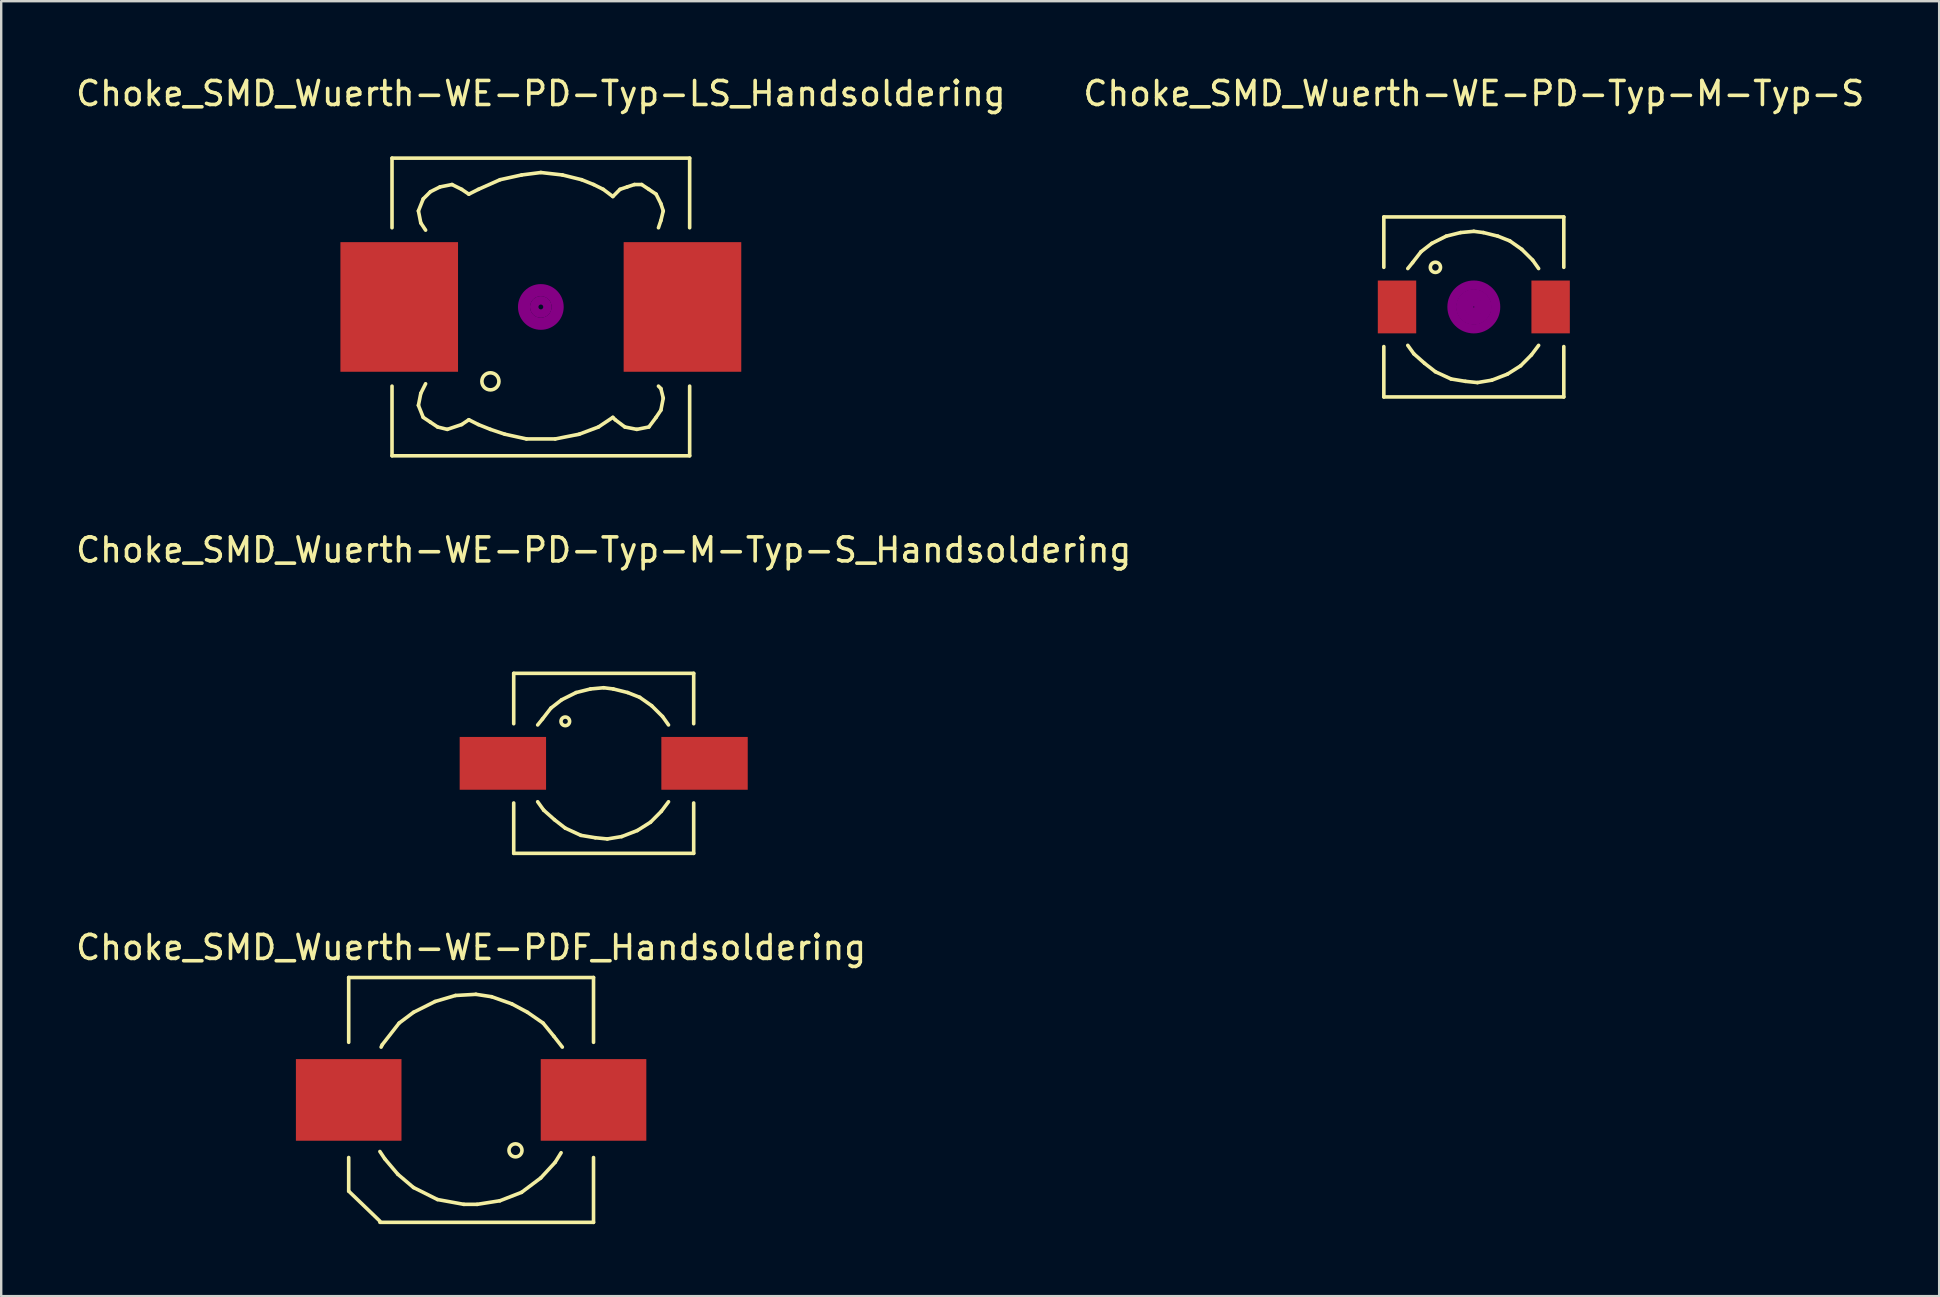
<source format=kicad_pcb>
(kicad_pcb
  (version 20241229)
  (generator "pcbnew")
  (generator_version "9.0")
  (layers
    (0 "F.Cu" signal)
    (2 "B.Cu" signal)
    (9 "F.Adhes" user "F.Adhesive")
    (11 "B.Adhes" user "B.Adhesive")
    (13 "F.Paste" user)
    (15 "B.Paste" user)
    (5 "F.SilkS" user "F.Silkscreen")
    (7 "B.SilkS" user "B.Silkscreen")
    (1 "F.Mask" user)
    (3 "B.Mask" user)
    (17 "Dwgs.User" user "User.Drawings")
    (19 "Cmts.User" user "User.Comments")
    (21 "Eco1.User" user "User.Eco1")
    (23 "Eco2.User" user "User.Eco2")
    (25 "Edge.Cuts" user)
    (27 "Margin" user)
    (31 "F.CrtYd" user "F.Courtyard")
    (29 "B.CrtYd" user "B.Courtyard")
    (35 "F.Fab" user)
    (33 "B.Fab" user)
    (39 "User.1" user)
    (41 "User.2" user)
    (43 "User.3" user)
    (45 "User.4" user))
  (footprint "Choke_SMD_Wuerth-WE-PD-Typ-M-Typ-S_Handsoldering"
    (layer "F.Cu")
    (at 22.101 28.752)
    (property "Reference" "Choke_SMD_Wuerth-WE-PD-Typ-M-Typ-S_Handsoldering" (at 0 -8.89 0) (layer "F.SilkS") (effects (font (size 1 1) (thickness 0.15))))
    (attr smd)
    (fp_line (start -3.749 -3.749) (end -3.749 -1.651) (stroke (width 0.15) (type solid)) (layer "F.SilkS"))
    (fp_line (start -3.749 1.651) (end -3.749 3.749) (stroke (width 0.15) (type solid)) (layer "F.SilkS"))
    (fp_line (start -3.749 3.749) (end 3.749 3.749) (stroke (width 0.15) (type solid)) (layer "F.SilkS"))
    (fp_line (start -2.751 1.6) (end -2.499 1.951) (stroke (width 0.15) (type solid)) (layer "F.SilkS"))
    (fp_line (start -2.55 -1.849) (end -2.751 -1.6) (stroke (width 0.15) (type solid)) (layer "F.SilkS"))
    (fp_line (start -2.499 1.951) (end -2.05 2.349) (stroke (width 0.15) (type solid)) (layer "F.SilkS"))
    (fp_line (start -2.2 -2.301) (end -2.55 -1.849) (stroke (width 0.15) (type solid)) (layer "F.SilkS"))
    (fp_line (start -2.05 2.349) (end -1.6 2.7) (stroke (width 0.15) (type solid)) (layer "F.SilkS"))
    (fp_line (start -1.75 -2.649) (end -2.2 -2.301) (stroke (width 0.15) (type solid)) (layer "F.SilkS"))
    (fp_line (start -1.6 2.7) (end -0.95 3) (stroke (width 0.15) (type solid)) (layer "F.SilkS"))
    (fp_line (start -1.151 -2.949) (end -1.75 -2.649) (stroke (width 0.15) (type solid)) (layer "F.SilkS"))
    (fp_line (start -0.95 3) (end -0.351 3.099) (stroke (width 0.15) (type solid)) (layer "F.SilkS"))
    (fp_line (start -0.551 -3.099) (end -1.151 -2.949) (stroke (width 0.15) (type solid)) (layer "F.SilkS"))
    (fp_line (start -0.351 3.099) (end 0.15 3.15) (stroke (width 0.15) (type solid)) (layer "F.SilkS"))
    (fp_line (start 0 -3.15) (end -0.551 -3.099) (stroke (width 0.15) (type solid)) (layer "F.SilkS"))
    (fp_line (start 0.15 3.15) (end 0.749 3.051) (stroke (width 0.15) (type solid)) (layer "F.SilkS"))
    (fp_line (start 0.399 -3.099) (end 0 -3.15) (stroke (width 0.15) (type solid)) (layer "F.SilkS"))
    (fp_line (start 0.749 3.051) (end 1.4 2.799) (stroke (width 0.15) (type solid)) (layer "F.SilkS"))
    (fp_line (start 1.001 -2.949) (end 0.399 -3.099) (stroke (width 0.15) (type solid)) (layer "F.SilkS"))
    (fp_line (start 1.4 2.799) (end 1.951 2.451) (stroke (width 0.15) (type solid)) (layer "F.SilkS"))
    (fp_line (start 1.501 -2.751) (end 1.001 -2.949) (stroke (width 0.15) (type solid)) (layer "F.SilkS"))
    (fp_line (start 1.951 2.451) (end 2.4 1.999) (stroke (width 0.15) (type solid)) (layer "F.SilkS"))
    (fp_line (start 1.999 -2.4) (end 1.501 -2.751) (stroke (width 0.15) (type solid)) (layer "F.SilkS"))
    (fp_line (start 2.4 1.999) (end 2.7 1.6) (stroke (width 0.15) (type solid)) (layer "F.SilkS"))
    (fp_line (start 2.451 -1.951) (end 1.999 -2.4) (stroke (width 0.15) (type solid)) (layer "F.SilkS"))
    (fp_line (start 2.7 -1.6) (end 2.451 -1.951) (stroke (width 0.15) (type solid)) (layer "F.SilkS"))
    (fp_line (start 3.749 -3.749) (end -3.749 -3.749) (stroke (width 0.15) (type solid)) (layer "F.SilkS"))
    (fp_line (start 3.749 -3.749) (end 3.749 -1.651) (stroke (width 0.15) (type solid)) (layer "F.SilkS"))
    (fp_line (start 3.749 3.749) (end 3.749 1.651) (stroke (width 0.15) (type solid)) (layer "F.SilkS"))
    (fp_circle (center -1.6 -1.75) (end -1.501 -1.6) (stroke (width 0.15) (type solid)) (fill no) (layer "F.SilkS"))
    (pad "1" smd rect (at -4.201 0) (size 3.599 2.2) (layers "F.Cu" "F.Mask" "F.Paste"))
    (pad "2" smd rect (at 4.201 0) (size 3.599 2.2) (layers "F.Cu" "F.Mask" "F.Paste")))
  (footprint "Choke_SMD_Wuerth-WE-PD-Typ-M-Typ-S"
    (layer "F.Cu")
    (at 58.351 9.738)
    (property "Reference" "Choke_SMD_Wuerth-WE-PD-Typ-M-Typ-S" (at 0 -8.89 0) (layer "F.SilkS") (effects (font (size 1 1) (thickness 0.15))))
    (attr smd)
    (fp_line (start -3.749 -3.749) (end -3.749 -1.651) (stroke (width 0.15) (type solid)) (layer "F.SilkS"))
    (fp_line (start -3.749 1.651) (end -3.749 3.749) (stroke (width 0.15) (type solid)) (layer "F.SilkS"))
    (fp_line (start -3.749 3.749) (end 3.749 3.749) (stroke (width 0.15) (type solid)) (layer "F.SilkS"))
    (fp_line (start -2.751 1.6) (end -2.499 1.951) (stroke (width 0.15) (type solid)) (layer "F.SilkS"))
    (fp_line (start -2.55 -1.849) (end -2.751 -1.6) (stroke (width 0.15) (type solid)) (layer "F.SilkS"))
    (fp_line (start -2.499 1.951) (end -2.05 2.349) (stroke (width 0.15) (type solid)) (layer "F.SilkS"))
    (fp_line (start -2.2 -2.301) (end -2.55 -1.849) (stroke (width 0.15) (type solid)) (layer "F.SilkS"))
    (fp_line (start -2.05 2.349) (end -1.6 2.7) (stroke (width 0.15) (type solid)) (layer "F.SilkS"))
    (fp_line (start -1.75 -2.649) (end -2.2 -2.301) (stroke (width 0.15) (type solid)) (layer "F.SilkS"))
    (fp_line (start -1.6 2.7) (end -0.95 3) (stroke (width 0.15) (type solid)) (layer "F.SilkS"))
    (fp_line (start -1.151 -2.949) (end -1.75 -2.649) (stroke (width 0.15) (type solid)) (layer "F.SilkS"))
    (fp_line (start -0.95 3) (end -0.351 3.099) (stroke (width 0.15) (type solid)) (layer "F.SilkS"))
    (fp_line (start -0.551 -3.099) (end -1.151 -2.949) (stroke (width 0.15) (type solid)) (layer "F.SilkS"))
    (fp_line (start -0.351 3.099) (end 0.15 3.15) (stroke (width 0.15) (type solid)) (layer "F.SilkS"))
    (fp_line (start 0 -3.15) (end -0.551 -3.099) (stroke (width 0.15) (type solid)) (layer "F.SilkS"))
    (fp_line (start 0.15 3.15) (end 0.749 3.051) (stroke (width 0.15) (type solid)) (layer "F.SilkS"))
    (fp_line (start 0.399 -3.099) (end 0 -3.15) (stroke (width 0.15) (type solid)) (layer "F.SilkS"))
    (fp_line (start 0.749 3.051) (end 1.4 2.799) (stroke (width 0.15) (type solid)) (layer "F.SilkS"))
    (fp_line (start 1.001 -2.949) (end 0.399 -3.099) (stroke (width 0.15) (type solid)) (layer "F.SilkS"))
    (fp_line (start 1.4 2.799) (end 1.951 2.451) (stroke (width 0.15) (type solid)) (layer "F.SilkS"))
    (fp_line (start 1.501 -2.751) (end 1.001 -2.949) (stroke (width 0.15) (type solid)) (layer "F.SilkS"))
    (fp_line (start 1.951 2.451) (end 2.4 1.999) (stroke (width 0.15) (type solid)) (layer "F.SilkS"))
    (fp_line (start 1.999 -2.4) (end 1.501 -2.751) (stroke (width 0.15) (type solid)) (layer "F.SilkS"))
    (fp_line (start 2.4 1.999) (end 2.7 1.6) (stroke (width 0.15) (type solid)) (layer "F.SilkS"))
    (fp_line (start 2.451 -1.951) (end 1.999 -2.4) (stroke (width 0.15) (type solid)) (layer "F.SilkS"))
    (fp_line (start 2.7 -1.6) (end 2.451 -1.951) (stroke (width 0.15) (type solid)) (layer "F.SilkS"))
    (fp_line (start 3.749 -3.749) (end -3.749 -3.749) (stroke (width 0.15) (type solid)) (layer "F.SilkS"))
    (fp_line (start 3.749 -3.749) (end 3.749 -1.651) (stroke (width 0.15) (type solid)) (layer "F.SilkS"))
    (fp_line (start 3.749 3.749) (end 3.749 1.651) (stroke (width 0.15) (type solid)) (layer "F.SilkS"))
    (fp_circle (center -1.6 -1.651) (end -1.45 -1.501) (stroke (width 0.15) (type solid)) (fill no) (layer "F.SilkS"))
    (fp_circle (center 0 0) (end 0.15 0.15) (stroke (width 0.381) (type solid)) (fill no) (layer "F.Adhes"))
    (fp_circle (center 0 0) (end 0.551 0.051) (stroke (width 0.381) (type solid)) (fill no) (layer "F.Adhes"))
    (fp_circle (center 0 0) (end 0.899 0.15) (stroke (width 0.381) (type solid)) (fill no) (layer "F.Adhes"))
    (pad "1" smd rect (at -3.2 0) (size 1.6 2.2) (layers "F.Cu" "F.Mask" "F.Paste"))
    (pad "2" smd rect (at 3.2 0) (size 1.6 2.2) (layers "F.Cu" "F.Mask" "F.Paste")))
  (footprint "Choke_SMD_Wuerth-WE-PDF_Handsoldering"
    (layer "F.Cu")
    (at 16.577 42.774)
    (property "Reference" "Choke_SMD_Wuerth-WE-PDF_Handsoldering" (at 0 -6.35 0) (layer "F.SilkS") (effects (font (size 1 1) (thickness 0.15))))
    (attr smd)
    (fp_line (start -5.1 -5.1) (end -5.1 -2.4) (stroke (width 0.15) (type solid)) (layer "F.SilkS"))
    (fp_line (start -5.1 2.4) (end -5.1 3.8) (stroke (width 0.15) (type solid)) (layer "F.SilkS"))
    (fp_line (start -5.1 3.8) (end -3.8 5.05) (stroke (width 0.15) (type solid)) (layer "F.SilkS"))
    (fp_line (start -3.8 2.149) (end -3.599 2.451) (stroke (width 0.15) (type solid)) (layer "F.SilkS"))
    (fp_line (start -3.701 -2.301) (end -3.749 -2.2) (stroke (width 0.15) (type solid)) (layer "F.SilkS"))
    (fp_line (start -3.599 2.451) (end -3.051 3.099) (stroke (width 0.15) (type solid)) (layer "F.SilkS"))
    (fp_line (start -3.051 3.099) (end -2.4 3.65) (stroke (width 0.15) (type solid)) (layer "F.SilkS"))
    (fp_line (start -3 -3.2) (end -3.701 -2.301) (stroke (width 0.15) (type solid)) (layer "F.SilkS"))
    (fp_line (start -2.4 -3.65) (end -3 -3.2) (stroke (width 0.15) (type solid)) (layer "F.SilkS"))
    (fp_line (start -2.4 3.65) (end -1.4 4.15) (stroke (width 0.15) (type solid)) (layer "F.SilkS"))
    (fp_line (start -1.501 -4.1) (end -2.4 -3.65) (stroke (width 0.15) (type solid)) (layer "F.SilkS"))
    (fp_line (start -1.4 4.15) (end -0.3 4.351) (stroke (width 0.15) (type solid)) (layer "F.SilkS"))
    (fp_line (start -0.65 -4.351) (end -1.501 -4.1) (stroke (width 0.15) (type solid)) (layer "F.SilkS"))
    (fp_line (start -0.3 4.351) (end 0.249 4.351) (stroke (width 0.15) (type solid)) (layer "F.SilkS"))
    (fp_line (start 0.201 -4.399) (end -0.65 -4.351) (stroke (width 0.15) (type solid)) (layer "F.SilkS"))
    (fp_line (start 0.249 4.351) (end 1.199 4.201) (stroke (width 0.15) (type solid)) (layer "F.SilkS"))
    (fp_line (start 0.851 -4.3) (end 0.201 -4.399) (stroke (width 0.15) (type solid)) (layer "F.SilkS"))
    (fp_line (start 1.199 4.201) (end 2.101 3.851) (stroke (width 0.15) (type solid)) (layer "F.SilkS"))
    (fp_line (start 1.699 -4) (end 0.851 -4.3) (stroke (width 0.15) (type solid)) (layer "F.SilkS"))
    (fp_line (start 2.101 3.851) (end 2.901 3.251) (stroke (width 0.15) (type solid)) (layer "F.SilkS"))
    (fp_line (start 2.349 -3.65) (end 1.699 -4) (stroke (width 0.15) (type solid)) (layer "F.SilkS"))
    (fp_line (start 2.901 3.251) (end 3.5 2.601) (stroke (width 0.15) (type solid)) (layer "F.SilkS"))
    (fp_line (start 3 -3.2) (end 2.349 -3.65) (stroke (width 0.15) (type solid)) (layer "F.SilkS"))
    (fp_line (start 3.449 -2.649) (end 3 -3.2) (stroke (width 0.15) (type solid)) (layer "F.SilkS"))
    (fp_line (start 3.5 2.601) (end 3.749 2.2) (stroke (width 0.15) (type solid)) (layer "F.SilkS"))
    (fp_line (start 3.8 -2.2) (end 3.449 -2.649) (stroke (width 0.15) (type solid)) (layer "F.SilkS"))
    (fp_line (start 5.1 -5.1) (end -5.1 -5.1) (stroke (width 0.15) (type solid)) (layer "F.SilkS"))
    (fp_line (start 5.1 -5.1) (end 5.1 -2.4) (stroke (width 0.15) (type solid)) (layer "F.SilkS"))
    (fp_line (start 5.1 5.1) (end -3.8 5.1) (stroke (width 0.15) (type solid)) (layer "F.SilkS"))
    (fp_line (start 5.1 5.1) (end 5.1 2.4) (stroke (width 0.15) (type solid)) (layer "F.SilkS"))
    (fp_circle (center 1.849 2.101) (end 2.101 2.2) (stroke (width 0.15) (type solid)) (fill no) (layer "F.SilkS"))
    (pad "1" smd rect (at -5.1 0) (size 4.399 3.401) (layers "F.Cu" "F.Mask" "F.Paste"))
    (pad "2" smd rect (at 5.1 0) (size 4.399 3.401) (layers "F.Cu" "F.Mask" "F.Paste")))
  (footprint "Choke_SMD_Wuerth-WE-PD-Typ-LS_Handsoldering"
    (layer "F.Cu")
    (at 19.482 9.738)
    (property "Reference" "Choke_SMD_Wuerth-WE-PD-Typ-LS_Handsoldering" (at 0 -8.89 0) (layer "F.SilkS") (effects (font (size 1 1) (thickness 0.15))))
    (attr smd)
    (fp_line (start -6.2 -6.2) (end -6.2 -3.299) (stroke (width 0.15) (type solid)) (layer "F.SilkS"))
    (fp_line (start -6.2 3.299) (end -6.2 6.2) (stroke (width 0.15) (type solid)) (layer "F.SilkS"))
    (fp_line (start -6.2 6.2) (end 6.2 6.2) (stroke (width 0.15) (type solid)) (layer "F.SilkS"))
    (fp_line (start -5.1 -4) (end -5.001 -3.5) (stroke (width 0.15) (type solid)) (layer "F.SilkS"))
    (fp_line (start -5.1 4.1) (end -5.001 3.599) (stroke (width 0.15) (type solid)) (layer "F.SilkS"))
    (fp_line (start -5.001 -3.5) (end -4.801 -3.2) (stroke (width 0.15) (type solid)) (layer "F.SilkS"))
    (fp_line (start -5.001 3.599) (end -4.801 3.2) (stroke (width 0.15) (type solid)) (layer "F.SilkS"))
    (fp_line (start -4.9 -4.501) (end -5.1 -4) (stroke (width 0.15) (type solid)) (layer "F.SilkS"))
    (fp_line (start -4.9 4.6) (end -5.1 4.1) (stroke (width 0.15) (type solid)) (layer "F.SilkS"))
    (fp_line (start -4.6 -4.801) (end -4.9 -4.501) (stroke (width 0.15) (type solid)) (layer "F.SilkS"))
    (fp_line (start -4.6 4.801) (end -4.9 4.6) (stroke (width 0.15) (type solid)) (layer "F.SilkS"))
    (fp_line (start -4.3 5.001) (end -4.6 4.801) (stroke (width 0.15) (type solid)) (layer "F.SilkS"))
    (fp_line (start -4.201 -5.001) (end -4.6 -4.801) (stroke (width 0.15) (type solid)) (layer "F.SilkS"))
    (fp_line (start -3.899 5.1) (end -4.3 5.001) (stroke (width 0.15) (type solid)) (layer "F.SilkS"))
    (fp_line (start -3.701 -5.1) (end -4.201 -5.001) (stroke (width 0.15) (type solid)) (layer "F.SilkS"))
    (fp_line (start -3.299 -4.9) (end -3.701 -5.1) (stroke (width 0.15) (type solid)) (layer "F.SilkS"))
    (fp_line (start -3.299 4.9) (end -3.899 5.1) (stroke (width 0.15) (type solid)) (layer "F.SilkS"))
    (fp_line (start -3 -4.699) (end -3.299 -4.9) (stroke (width 0.15) (type solid)) (layer "F.SilkS"))
    (fp_line (start -3 4.699) (end -3.299 4.9) (stroke (width 0.15) (type solid)) (layer "F.SilkS"))
    (fp_line (start -2.601 -4.9) (end -3 -4.699) (stroke (width 0.15) (type solid)) (layer "F.SilkS"))
    (fp_line (start -2.601 4.9) (end -3 4.699) (stroke (width 0.15) (type solid)) (layer "F.SilkS"))
    (fp_line (start -2.101 5.1) (end -2.601 4.9) (stroke (width 0.15) (type solid)) (layer "F.SilkS"))
    (fp_line (start -1.699 -5.301) (end -2.601 -4.9) (stroke (width 0.15) (type solid)) (layer "F.SilkS"))
    (fp_line (start -1.501 5.301) (end -2.101 5.1) (stroke (width 0.15) (type solid)) (layer "F.SilkS"))
    (fp_line (start -0.8 -5.499) (end -1.699 -5.301) (stroke (width 0.15) (type solid)) (layer "F.SilkS"))
    (fp_line (start -0.599 5.499) (end -1.501 5.301) (stroke (width 0.15) (type solid)) (layer "F.SilkS"))
    (fp_line (start 0 -5.601) (end -0.8 -5.499) (stroke (width 0.15) (type solid)) (layer "F.SilkS"))
    (fp_line (start 0.599 5.499) (end -0.599 5.499) (stroke (width 0.15) (type solid)) (layer "F.SilkS"))
    (fp_line (start 0.899 -5.499) (end 0 -5.601) (stroke (width 0.15) (type solid)) (layer "F.SilkS"))
    (fp_line (start 1.6 5.301) (end 0.599 5.499) (stroke (width 0.15) (type solid)) (layer "F.SilkS"))
    (fp_line (start 1.699 -5.301) (end 0.899 -5.499) (stroke (width 0.15) (type solid)) (layer "F.SilkS"))
    (fp_line (start 2.2 -5.1) (end 1.699 -5.301) (stroke (width 0.15) (type solid)) (layer "F.SilkS"))
    (fp_line (start 2.4 5.001) (end 1.6 5.301) (stroke (width 0.15) (type solid)) (layer "F.SilkS"))
    (fp_line (start 2.601 -4.9) (end 2.2 -5.1) (stroke (width 0.15) (type solid)) (layer "F.SilkS"))
    (fp_line (start 3 -4.6) (end 2.601 -4.9) (stroke (width 0.15) (type solid)) (layer "F.SilkS"))
    (fp_line (start 3 4.6) (end 2.4 5.001) (stroke (width 0.15) (type solid)) (layer "F.SilkS"))
    (fp_line (start 3.099 4.699) (end 3 4.6) (stroke (width 0.15) (type solid)) (layer "F.SilkS"))
    (fp_line (start 3.299 -4.9) (end 3 -4.6) (stroke (width 0.15) (type solid)) (layer "F.SilkS"))
    (fp_line (start 3.5 5.001) (end 3.099 4.699) (stroke (width 0.15) (type solid)) (layer "F.SilkS"))
    (fp_line (start 3.599 -5.001) (end 3.299 -4.9) (stroke (width 0.15) (type solid)) (layer "F.SilkS"))
    (fp_line (start 3.899 -5.1) (end 3.599 -5.001) (stroke (width 0.15) (type solid)) (layer "F.SilkS"))
    (fp_line (start 4 5.1) (end 3.5 5.001) (stroke (width 0.15) (type solid)) (layer "F.SilkS"))
    (fp_line (start 4.201 -5.1) (end 3.899 -5.1) (stroke (width 0.15) (type solid)) (layer "F.SilkS"))
    (fp_line (start 4.501 -4.9) (end 4.201 -5.1) (stroke (width 0.15) (type solid)) (layer "F.SilkS"))
    (fp_line (start 4.501 5.001) (end 4 5.1) (stroke (width 0.15) (type solid)) (layer "F.SilkS"))
    (fp_line (start 4.801 -4.699) (end 4.501 -4.9) (stroke (width 0.15) (type solid)) (layer "F.SilkS"))
    (fp_line (start 4.801 4.6) (end 4.501 5.001) (stroke (width 0.15) (type solid)) (layer "F.SilkS"))
    (fp_line (start 4.9 -3.299) (end 5.001 -3.599) (stroke (width 0.15) (type solid)) (layer "F.SilkS"))
    (fp_line (start 4.9 3.299) (end 5.001 3.401) (stroke (width 0.15) (type solid)) (layer "F.SilkS"))
    (fp_line (start 5.001 -4.3) (end 4.801 -4.699) (stroke (width 0.15) (type solid)) (layer "F.SilkS"))
    (fp_line (start 5.001 -3.599) (end 5.1 -4) (stroke (width 0.15) (type solid)) (layer "F.SilkS"))
    (fp_line (start 5.001 3.401) (end 5.1 3.8) (stroke (width 0.15) (type solid)) (layer "F.SilkS"))
    (fp_line (start 5.001 4.3) (end 4.801 4.6) (stroke (width 0.15) (type solid)) (layer "F.SilkS"))
    (fp_line (start 5.1 -4) (end 5.001 -4.3) (stroke (width 0.15) (type solid)) (layer "F.SilkS"))
    (fp_line (start 5.1 3.8) (end 5.001 4.3) (stroke (width 0.15) (type solid)) (layer "F.SilkS"))
    (fp_line (start 6.2 -6.2) (end -6.2 -6.2) (stroke (width 0.15) (type solid)) (layer "F.SilkS"))
    (fp_line (start 6.2 -6.2) (end 6.2 -3.299) (stroke (width 0.15) (type solid)) (layer "F.SilkS"))
    (fp_line (start 6.2 6.2) (end 6.2 3.299) (stroke (width 0.15) (type solid)) (layer "F.SilkS"))
    (fp_circle (center -2.101 3.099) (end -1.849 3.35) (stroke (width 0.15) (type solid)) (fill no) (layer "F.SilkS"))
    (fp_circle (center 0 0) (end 0.1 0) (stroke (width 0.305) (type solid)) (fill no) (layer "F.Adhes"))
    (fp_circle (center 0 0) (end 0.3 0) (stroke (width 0.305) (type solid)) (fill no) (layer "F.Adhes"))
    (fp_circle (center 0 0) (end 0.6 0) (stroke (width 0.305) (type solid)) (fill no) (layer "F.Adhes"))
    (fp_circle (center 0 0) (end 0.8 0) (stroke (width 0.305) (type solid)) (fill no) (layer "F.Adhes"))
    (pad "1" smd rect (at -5.9 0) (size 4.9 5.4) (layers "F.Cu" "F.Mask" "F.Paste"))
    (pad "2" smd rect (at 5.9 0) (size 4.9 5.4) (layers "F.Cu" "F.Mask" "F.Paste")))
  (gr_rect
    (start -3 -3)
    (end 77.738 50.949)
    (stroke (width 0.1) (type default))
    (fill no)
    (layer "Edge.Cuts")))
</source>
